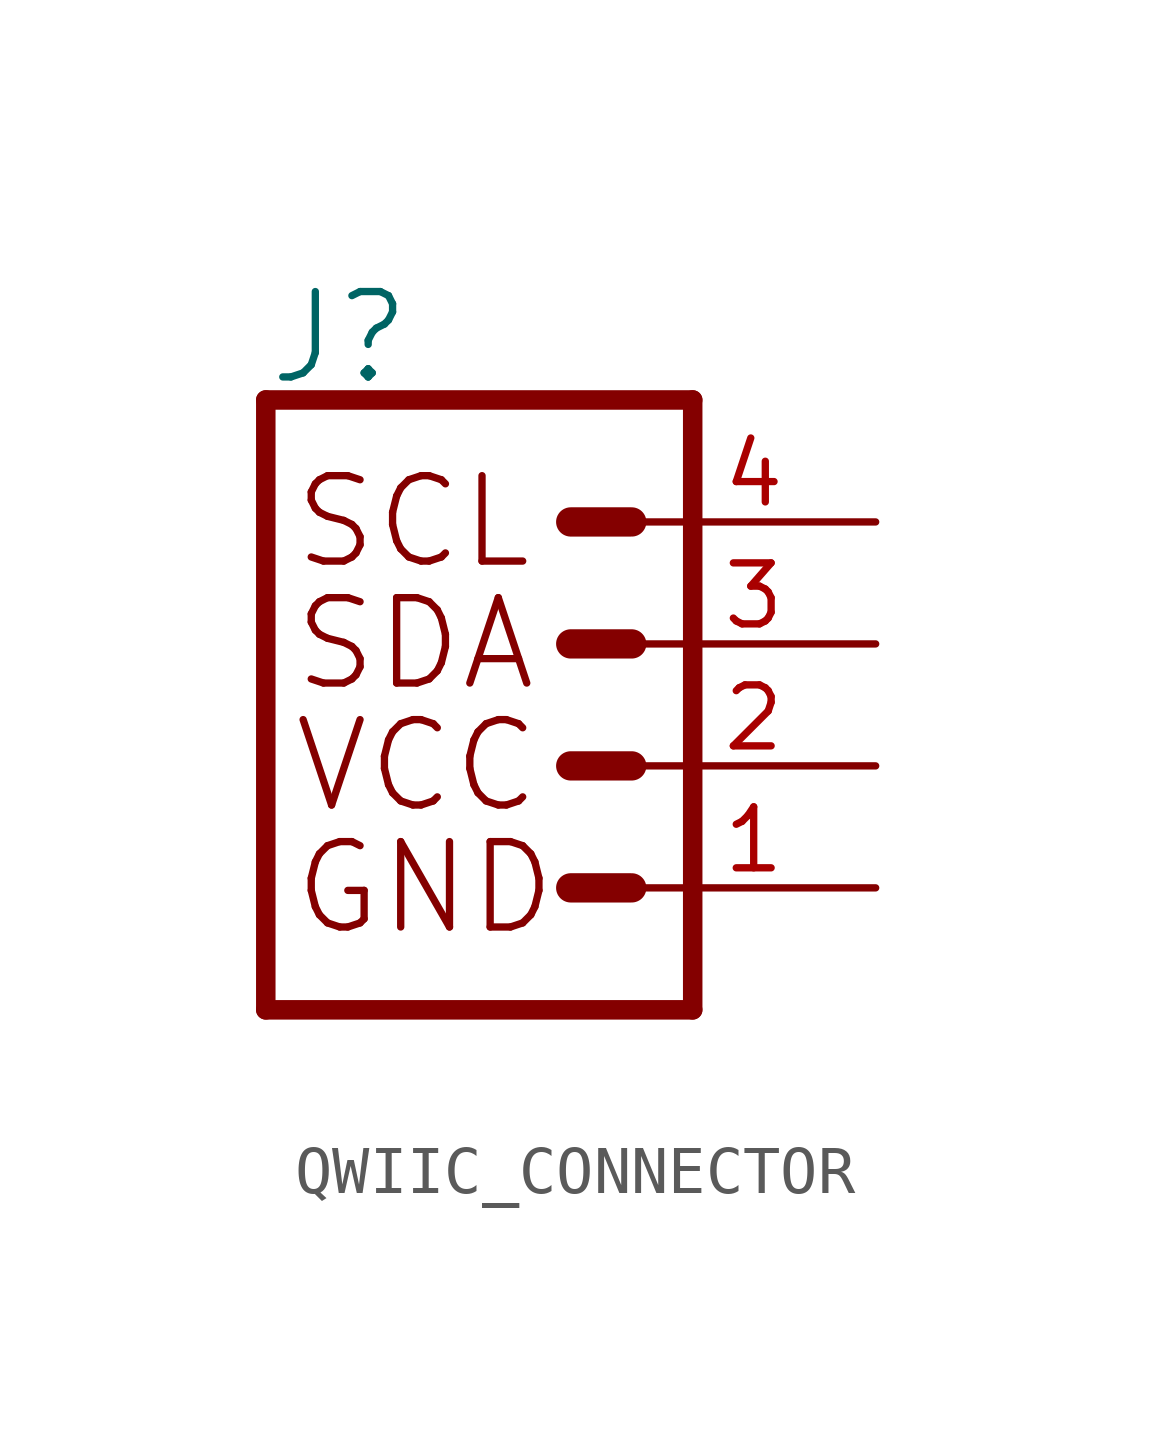
<source format=kicad_sym>
(kicad_symbol_lib
  (version 20231120)
  (generator "kicad_symbol_editor")
  (generator_version "8.0")
  (symbol "QWIIC_CONNECTOR"
    (property "Reference" "J"
      (at -5.08 7.874 0)
      (effects (font (size 1.778 1.778)) (justify left bottom)))
    (property "Value" ""
      (at -5.08 -5.334 0)
      (effects (font (size 1.778 1.778)) (justify left top)))
    (property "ki_locked" ""
      (at 0 0 0)
      (effects (font (size 1.27 1.27))))
    (symbol "QWIIC_CONNECTOR_1_0"
      (polyline (pts (xy -5.08 7.62) (xy -5.08 -5.08)) (stroke (width 0.406) (type solid)) (fill (type none)))
      (polyline (pts (xy -5.08 7.62) (xy 3.81 7.62)) (stroke (width 0.406) (type solid)) (fill (type none)))
      (polyline (pts (xy 1.27 -2.54) (xy 2.54 -2.54)) (stroke (width 0.61) (type solid)) (fill (type none)))
      (polyline (pts (xy 1.27 0) (xy 2.54 0)) (stroke (width 0.61) (type solid)) (fill (type none)))
      (polyline (pts (xy 1.27 2.54) (xy 2.54 2.54)) (stroke (width 0.61) (type solid)) (fill (type none)))
      (polyline (pts (xy 1.27 5.08) (xy 2.54 5.08)) (stroke (width 0.61) (type solid)) (fill (type none)))
      (polyline (pts (xy 3.81 -5.08) (xy -5.08 -5.08)) (stroke (width 0.406) (type solid)) (fill (type none)))
      (polyline (pts (xy 3.81 -5.08) (xy 3.81 7.62)) (stroke (width 0.406) (type solid)) (fill (type none)))
      (text "GND" (at -4.572 -2.54 0) (effects (font (size 1.778 1.778)) (justify left)))
      (text "SCL" (at -4.572 5.08 0) (effects (font (size 1.778 1.778)) (justify left)))
      (text "SDA" (at -4.572 2.54 0) (effects (font (size 1.778 1.778)) (justify left)))
      (text "VCC" (at -4.572 0 0) (effects (font (size 1.778 1.778)) (justify left)))
      (pin power_in line (at 7.62 -2.54 180) (length 5.08) (name "1" (effects (font (size 0 0)))) (number "1" (effects (font (size 1.27 1.27)))))
      (pin power_in line (at 7.62 0 180) (length 5.08) (name "2" (effects (font (size 0 0)))) (number "2" (effects (font (size 1.27 1.27)))))
      (pin passive line (at 7.62 2.54 180) (length 5.08) (name "3" (effects (font (size 0 0)))) (number "3" (effects (font (size 1.27 1.27)))))
      (pin passive line (at 7.62 5.08 180) (length 5.08) (name "4" (effects (font (size 0 0)))) (number "4" (effects (font (size 1.27 1.27))))))))
</source>
